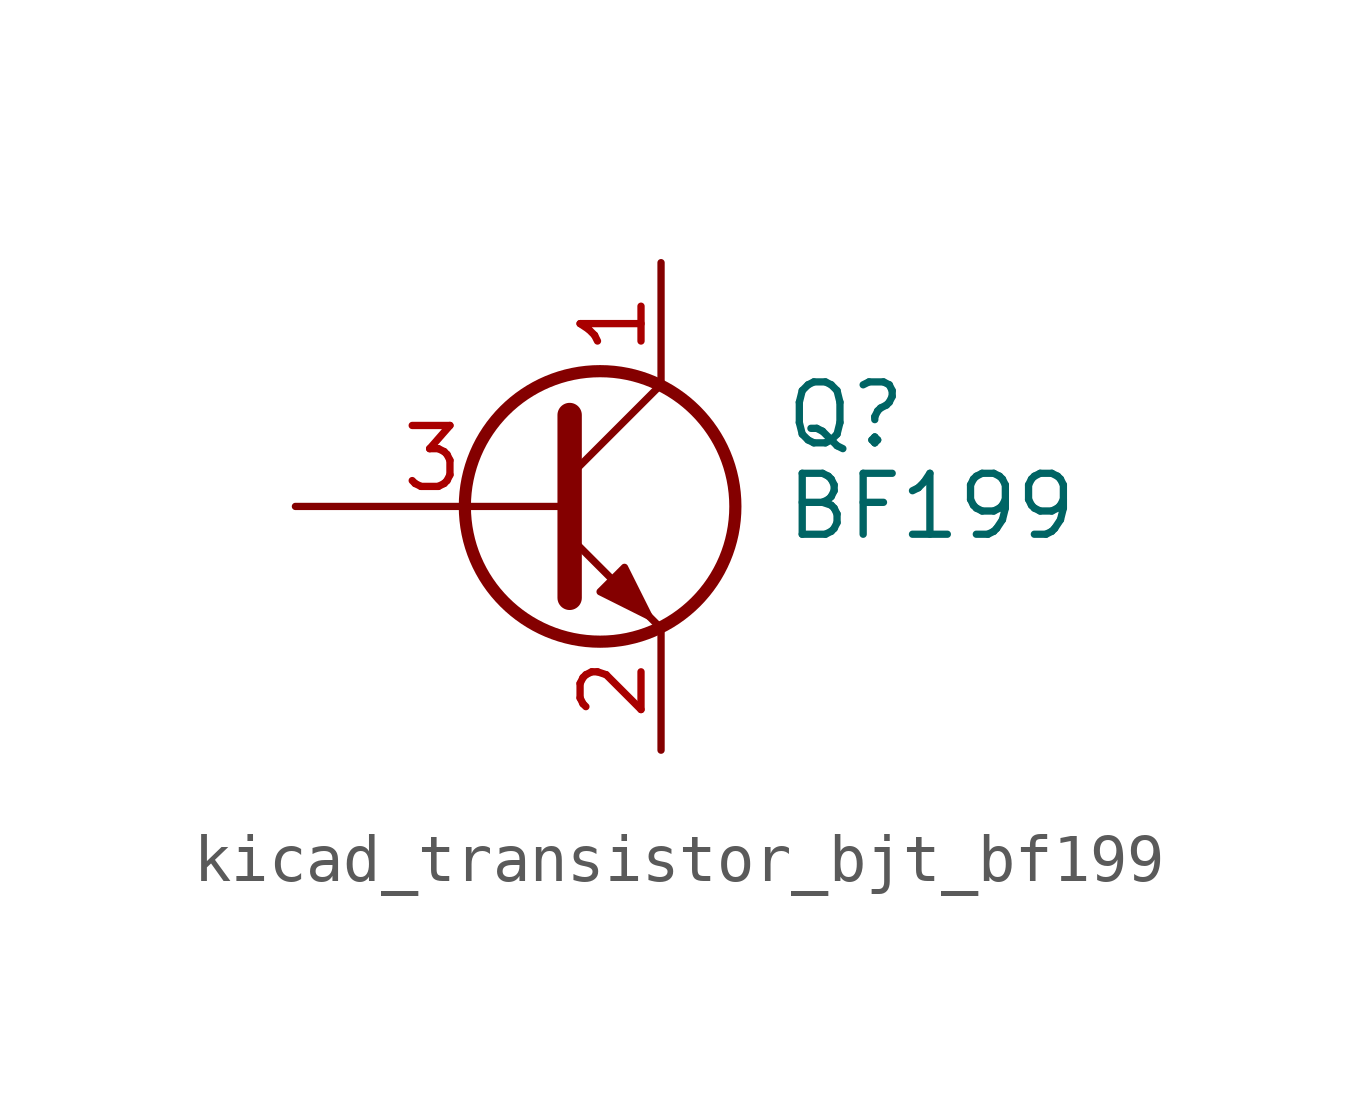
<source format=kicad_sym>
(kicad_symbol_lib
  (version 20220914)
  (generator kicad_symbol_editor)
  (symbol "kicad_transistor_bjt_bf199"
    (pin_names
      (offset 0) hide)
    (property "Reference" "Q"
      (at 5.08 1.905 0)
      (effects (font (size 1.27 1.27)) (justify left)))
    (property "Value" "BF199"
      (at 5.08 0 0)
      (effects (font (size 1.27 1.27)) (justify left)))
    (symbol "kicad_transistor_bjt_bf199_0_1"
      (polyline (pts (xy 0.635 0.635) (xy 2.54 2.54)) (stroke (width 0) (type default)) (fill (type none)))
      (polyline (pts (xy 0.635 -0.635) (xy 2.54 -2.54) (xy 2.54 -2.54)) (stroke (width 0) (type default)) (fill (type none)))
      (polyline (pts (xy 0.635 1.905) (xy 0.635 -1.905) (xy 0.635 -1.905)) (stroke (width 0.508) (type default)) (fill (type none)))
      (polyline (pts (xy 1.27 -1.778) (xy 1.778 -1.27) (xy 2.286 -2.286) (xy 1.27 -1.778) (xy 1.27 -1.778)) (stroke (width 0) (type default)) (fill (type outline)))
      (circle (center 1.27 0) (radius 2.819) (stroke (width 0.254) (type default)) (fill (type none))))
    (symbol "kicad_transistor_bjt_bf199_1_1"
      (pin passive line (at 2.54 5.08 270) (length 2.54) (name "C" (effects (font (size 1.27 1.27)))) (number "1" (effects (font (size 1.27 1.27)))))
      (pin passive line (at 2.54 -5.08 90) (length 2.54) (name "E" (effects (font (size 1.27 1.27)))) (number "2" (effects (font (size 1.27 1.27)))))
      (pin input line (at -5.08 0 0) (length 5.715) (name "B" (effects (font (size 1.27 1.27)))) (number "3" (effects (font (size 1.27 1.27))))))))
</source>
